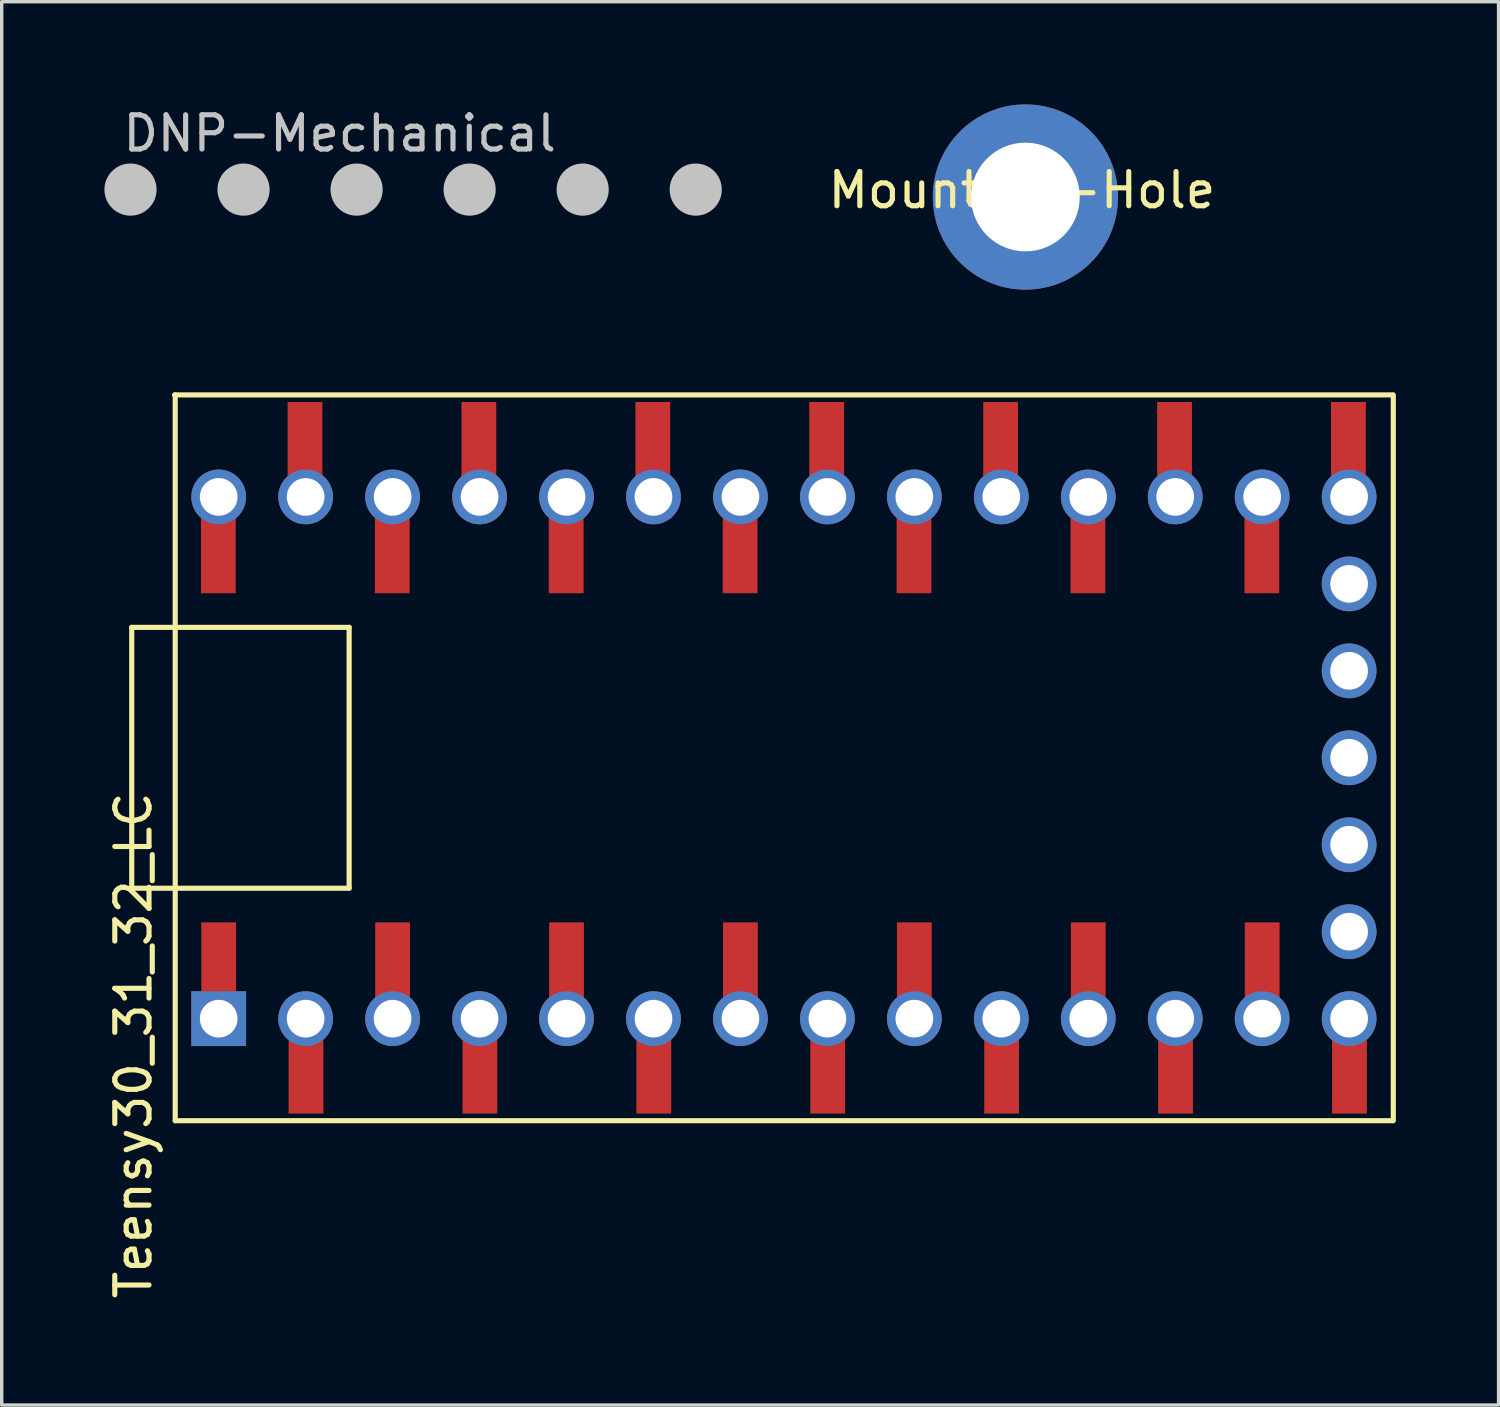
<source format=kicad_pcb>
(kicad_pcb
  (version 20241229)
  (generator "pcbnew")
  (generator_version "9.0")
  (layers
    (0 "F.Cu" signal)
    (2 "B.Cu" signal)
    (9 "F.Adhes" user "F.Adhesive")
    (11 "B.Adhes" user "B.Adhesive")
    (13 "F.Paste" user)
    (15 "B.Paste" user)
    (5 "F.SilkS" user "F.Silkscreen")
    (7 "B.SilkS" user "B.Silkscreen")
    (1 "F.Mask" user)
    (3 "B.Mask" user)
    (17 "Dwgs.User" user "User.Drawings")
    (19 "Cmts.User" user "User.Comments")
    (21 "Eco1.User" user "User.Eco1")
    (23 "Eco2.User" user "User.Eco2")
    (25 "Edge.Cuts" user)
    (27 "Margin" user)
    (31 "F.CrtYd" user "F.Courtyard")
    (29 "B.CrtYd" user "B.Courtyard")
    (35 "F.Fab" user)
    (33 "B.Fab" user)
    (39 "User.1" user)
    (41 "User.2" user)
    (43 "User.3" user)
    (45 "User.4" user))
  (footprint "DNP-Mechanical"
    (layer "F.Cu")
    (at 6.652 2.478)
    (property "Reference" "DNP-Mechanical" (at 0.22 -1.63 0) (layer "Dwgs.User") (effects (font (size 1 1) (thickness 0.15))))
    (attr exclude_from_pos_files exclude_from_bom)
    (pad "" connect circle (at -5.89 0.01) (size 1.524 1.524) (layers "Dwgs.User"))
    (pad "" connect circle (at -2.588 0.01) (size 1.524 1.524) (layers "Dwgs.User"))
    (pad "" connect circle (at 0.714 0.01) (size 1.524 1.524) (layers "Dwgs.User"))
    (pad "" connect circle (at 4.016 0.01) (size 1.524 1.524) (layers "Dwgs.User"))
    (pad "" connect circle (at 7.318 0.01) (size 1.524 1.524) (layers "Dwgs.User"))
    (pad "" connect circle (at 10.62 0.01) (size 1.524 1.524) (layers "Dwgs.User")))
  (footprint "Mounting-Hole"
    (layer "F.Cu")
    (at 26.902 2.705)
    (property "Reference" "Mounting-Hole" (at -0.1 -0.2 0) (layer "F.SilkS") (effects (font (size 1 1) (thickness 0.15))))
    (attr through_hole)
    (pad "1" thru_hole circle (at 0 0) (size 5.41 5.41) (drill 3.175) (layers "*.Cu" "*.Mask")))
  (footprint "Teensy30_31_32_LC"
    (layer "F.Cu")
    (at 19.848 19.085)
    (property "Reference" "Teensy30_31_32_LC" (at -19 8.4 90) (layer "F.SilkS") (effects (font (size 1 1) (thickness 0.15))))
    (attr through_hole)
    (fp_line (start -19.05 -3.81) (end -17.78 -3.81) (stroke (width 0.15) (type solid)) (layer "F.SilkS"))
    (fp_line (start -19.05 3.81) (end -19.05 -3.81) (stroke (width 0.15) (type solid)) (layer "F.SilkS"))
    (fp_line (start -17.8 -10.6) (end 17.76 -10.6) (stroke (width 0.15) (type solid)) (layer "F.SilkS"))
    (fp_line (start -17.78 3.81) (end -19.05 3.81) (stroke (width 0.15) (type solid)) (layer "F.SilkS"))
    (fp_line (start -17.78 10.6) (end -17.78 -10.6) (stroke (width 0.15) (type solid)) (layer "F.SilkS"))
    (fp_line (start -12.7 -3.81) (end -17.78 -3.81) (stroke (width 0.15) (type solid)) (layer "F.SilkS"))
    (fp_line (start -12.7 3.81) (end -17.78 3.81) (stroke (width 0.15) (type solid)) (layer "F.SilkS"))
    (fp_line (start -12.7 3.81) (end -12.7 -3.81) (stroke (width 0.15) (type solid)) (layer "F.SilkS"))
    (fp_line (start 17.78 10.6) (end -17.78 10.6) (stroke (width 0.15) (type solid)) (layer "F.SilkS"))
    (fp_line (start 17.8 -10.6) (end 17.8 10.6) (stroke (width 0.15) (type solid)) (layer "F.SilkS"))
    (pad "0" thru_hole circle (at -13.97 7.62) (size 1.6 1.6) (drill 1.1) (layers "*.Cu" "*.Mask"))
    (pad "0" smd rect (at -13.96 9.25 180) (size 1.016 2.286) (layers "F.Cu" "F.Mask" "F.Paste"))
    (pad "1" smd rect (at -11.43 5.95 180) (size 1.016 2.286) (layers "F.Cu" "F.Mask" "F.Paste"))
    (pad "1" thru_hole circle (at -11.43 7.62) (size 1.6 1.6) (drill 1.1) (layers "*.Cu" "*.Mask"))
    (pad "2" thru_hole circle (at -8.89 7.62) (size 1.6 1.6) (drill 1.1) (layers "*.Cu" "*.Mask"))
    (pad "2" smd rect (at -8.88 9.25 180) (size 1.016 2.286) (layers "F.Cu" "F.Mask" "F.Paste"))
    (pad "3" smd rect (at -6.35 5.95 180) (size 1.016 2.286) (layers "F.Cu" "F.Mask" "F.Paste"))
    (pad "3" thru_hole circle (at -6.35 7.62) (size 1.6 1.6) (drill 1.1) (layers "*.Cu" "*.Mask"))
    (pad "3.3V" thru_hole circle (at 16.51 2.54) (size 1.6 1.6) (drill 1.1) (layers "*.Cu" "*.Mask"))
    (pad "3V3" smd rect (at -11.44 -5.95) (size 1.016 2.286) (layers "F.Cu" "F.Mask" "F.Paste"))
    (pad "3V3" thru_hole circle (at -11.43 -7.62) (size 1.6 1.6) (drill 1.1) (layers "*.Cu" "*.Mask"))
    (pad "4" thru_hole circle (at -3.81 7.62) (size 1.6 1.6) (drill 1.1) (layers "*.Cu" "*.Mask"))
    (pad "4" smd rect (at -3.8 9.25 180) (size 1.016 2.286) (layers "F.Cu" "F.Mask" "F.Paste"))
    (pad "5" smd rect (at -1.27 5.95 180) (size 1.016 2.286) (layers "F.Cu" "F.Mask" "F.Paste"))
    (pad "5" thru_hole circle (at -1.27 7.62) (size 1.6 1.6) (drill 1.1) (layers "*.Cu" "*.Mask"))
    (pad "6" thru_hole circle (at 1.27 7.62) (size 1.6 1.6) (drill 1.1) (layers "*.Cu" "*.Mask"))
    (pad "6" smd rect (at 1.28 9.25 180) (size 1.016 2.286) (layers "F.Cu" "F.Mask" "F.Paste"))
    (pad "7" smd rect (at 3.81 5.95 180) (size 1.016 2.286) (layers "F.Cu" "F.Mask" "F.Paste"))
    (pad "7" thru_hole circle (at 3.81 7.62) (size 1.6 1.6) (drill 1.1) (layers "*.Cu" "*.Mask"))
    (pad "8" thru_hole circle (at 6.35 7.62) (size 1.6 1.6) (drill 1.1) (layers "*.Cu" "*.Mask"))
    (pad "8" smd rect (at 6.36 9.25 180) (size 1.016 2.286) (layers "F.Cu" "F.Mask" "F.Paste"))
    (pad "9" smd rect (at 8.89 5.95 180) (size 1.016 2.286) (layers "F.Cu" "F.Mask" "F.Paste"))
    (pad "9" thru_hole circle (at 8.89 7.62) (size 1.6 1.6) (drill 1.1) (layers "*.Cu" "*.Mask"))
    (pad "10" thru_hole circle (at 11.43 7.62) (size 1.6 1.6) (drill 1.1) (layers "*.Cu" "*.Mask"))
    (pad "10" smd rect (at 11.44 9.25 180) (size 1.016 2.286) (layers "F.Cu" "F.Mask" "F.Paste"))
    (pad "11" smd rect (at 13.97 5.95 180) (size 1.016 2.286) (layers "F.Cu" "F.Mask" "F.Paste"))
    (pad "11" thru_hole circle (at 13.97 7.62) (size 1.6 1.6) (drill 1.1) (layers "*.Cu" "*.Mask"))
    (pad "12" thru_hole circle (at 16.51 7.62) (size 1.6 1.6) (drill 1.1) (layers "*.Cu" "*.Mask"))
    (pad "12" smd rect (at 16.52 9.25 180) (size 1.016 2.286) (layers "F.Cu" "F.Mask" "F.Paste"))
    (pad "13" smd rect (at 16.49 -9.25) (size 1.016 2.286) (layers "F.Cu" "F.Mask" "F.Paste"))
    (pad "13" thru_hole circle (at 16.51 -7.62) (size 1.6 1.6) (drill 1.1) (layers "*.Cu" "*.Mask"))
    (pad "14" smd rect (at 13.96 -5.95) (size 1.016 2.286) (layers "F.Cu" "F.Mask" "F.Paste"))
    (pad "14" thru_hole circle (at 13.97 -7.62) (size 1.6 1.6) (drill 1.1) (layers "*.Cu" "*.Mask"))
    (pad "15" smd rect (at 11.41 -9.25) (size 1.016 2.286) (layers "F.Cu" "F.Mask" "F.Paste"))
    (pad "15" thru_hole circle (at 11.43 -7.62) (size 1.6 1.6) (drill 1.1) (layers "*.Cu" "*.Mask"))
    (pad "16" smd rect (at 8.88 -5.95) (size 1.016 2.286) (layers "F.Cu" "F.Mask" "F.Paste"))
    (pad "16" thru_hole circle (at 8.89 -7.62) (size 1.6 1.6) (drill 1.1) (layers "*.Cu" "*.Mask"))
    (pad "17" smd rect (at 6.33 -9.25) (size 1.016 2.286) (layers "F.Cu" "F.Mask" "F.Paste"))
    (pad "17" thru_hole circle (at 6.35 -7.62) (size 1.6 1.6) (drill 1.1) (layers "*.Cu" "*.Mask"))
    (pad "18" smd rect (at 3.8 -5.95) (size 1.016 2.286) (layers "F.Cu" "F.Mask" "F.Paste"))
    (pad "18" thru_hole circle (at 3.81 -7.62) (size 1.6 1.6) (drill 1.1) (layers "*.Cu" "*.Mask"))
    (pad "19" smd rect (at 1.25 -9.25) (size 1.016 2.286) (layers "F.Cu" "F.Mask" "F.Paste"))
    (pad "19" thru_hole circle (at 1.27 -7.62) (size 1.6 1.6) (drill 1.1) (layers "*.Cu" "*.Mask"))
    (pad "20" smd rect (at -1.28 -5.95) (size 1.016 2.286) (layers "F.Cu" "F.Mask" "F.Paste"))
    (pad "20" thru_hole circle (at -1.27 -7.62) (size 1.6 1.6) (drill 1.1) (layers "*.Cu" "*.Mask"))
    (pad "21" smd rect (at -3.83 -9.25) (size 1.016 2.286) (layers "F.Cu" "F.Mask" "F.Paste"))
    (pad "21" thru_hole circle (at -3.81 -7.62) (size 1.6 1.6) (drill 1.1) (layers "*.Cu" "*.Mask"))
    (pad "22" smd rect (at -6.36 -5.95) (size 1.016 2.286) (layers "F.Cu" "F.Mask" "F.Paste"))
    (pad "22" thru_hole circle (at -6.35 -7.62) (size 1.6 1.6) (drill 1.1) (layers "*.Cu" "*.Mask"))
    (pad "23" smd rect (at -8.91 -9.25) (size 1.016 2.286) (layers "F.Cu" "F.Mask" "F.Paste"))
    (pad "23" thru_hole circle (at -8.89 -7.62) (size 1.6 1.6) (drill 1.1) (layers "*.Cu" "*.Mask"))
    (pad "A14" thru_hole circle (at 16.51 -5.08) (size 1.6 1.6) (drill 1.1) (layers "*.Cu" "*.Mask"))
    (pad "AGND" smd rect (at -13.99 -9.25) (size 1.016 2.286) (layers "F.Cu" "F.Mask" "F.Paste"))
    (pad "AGND" thru_hole circle (at -13.97 -7.62) (size 1.6 1.6) (drill 1.1) (layers "*.Cu" "*.Mask"))
    (pad "GND" smd rect (at -16.51 5.95 180) (size 1.016 2.286) (layers "F.Cu" "F.Mask" "F.Paste"))
    (pad "GND" thru_hole rect (at -16.51 7.62) (size 1.6 1.6) (drill 1.1) (layers "*.Cu" "*.Mask"))
    (pad "GND" thru_hole circle (at 16.51 0) (size 1.6 1.6) (drill 1.1) (layers "*.Cu" "*.Mask"))
    (pad "Program" thru_hole circle (at 16.51 -2.54) (size 1.6 1.6) (drill 1.1) (layers "*.Cu" "*.Mask"))
    (pad "VBat" thru_hole circle (at 16.51 5.08) (size 1.6 1.6) (drill 1.1) (layers "*.Cu" "*.Mask"))
    (pad "Vin" smd rect (at -16.52 -5.95) (size 1.016 2.286) (layers "F.Cu" "F.Mask" "F.Paste"))
    (pad "Vin" thru_hole circle (at -16.51 -7.62) (size 1.6 1.6) (drill 1.1) (layers "*.Cu" "*.Mask")))
  (gr_rect
    (start -3 -3)
    (end 40.723 37.991)
    (stroke (width 0.1) (type default))
    (fill no)
    (layer "Edge.Cuts")))
</source>
